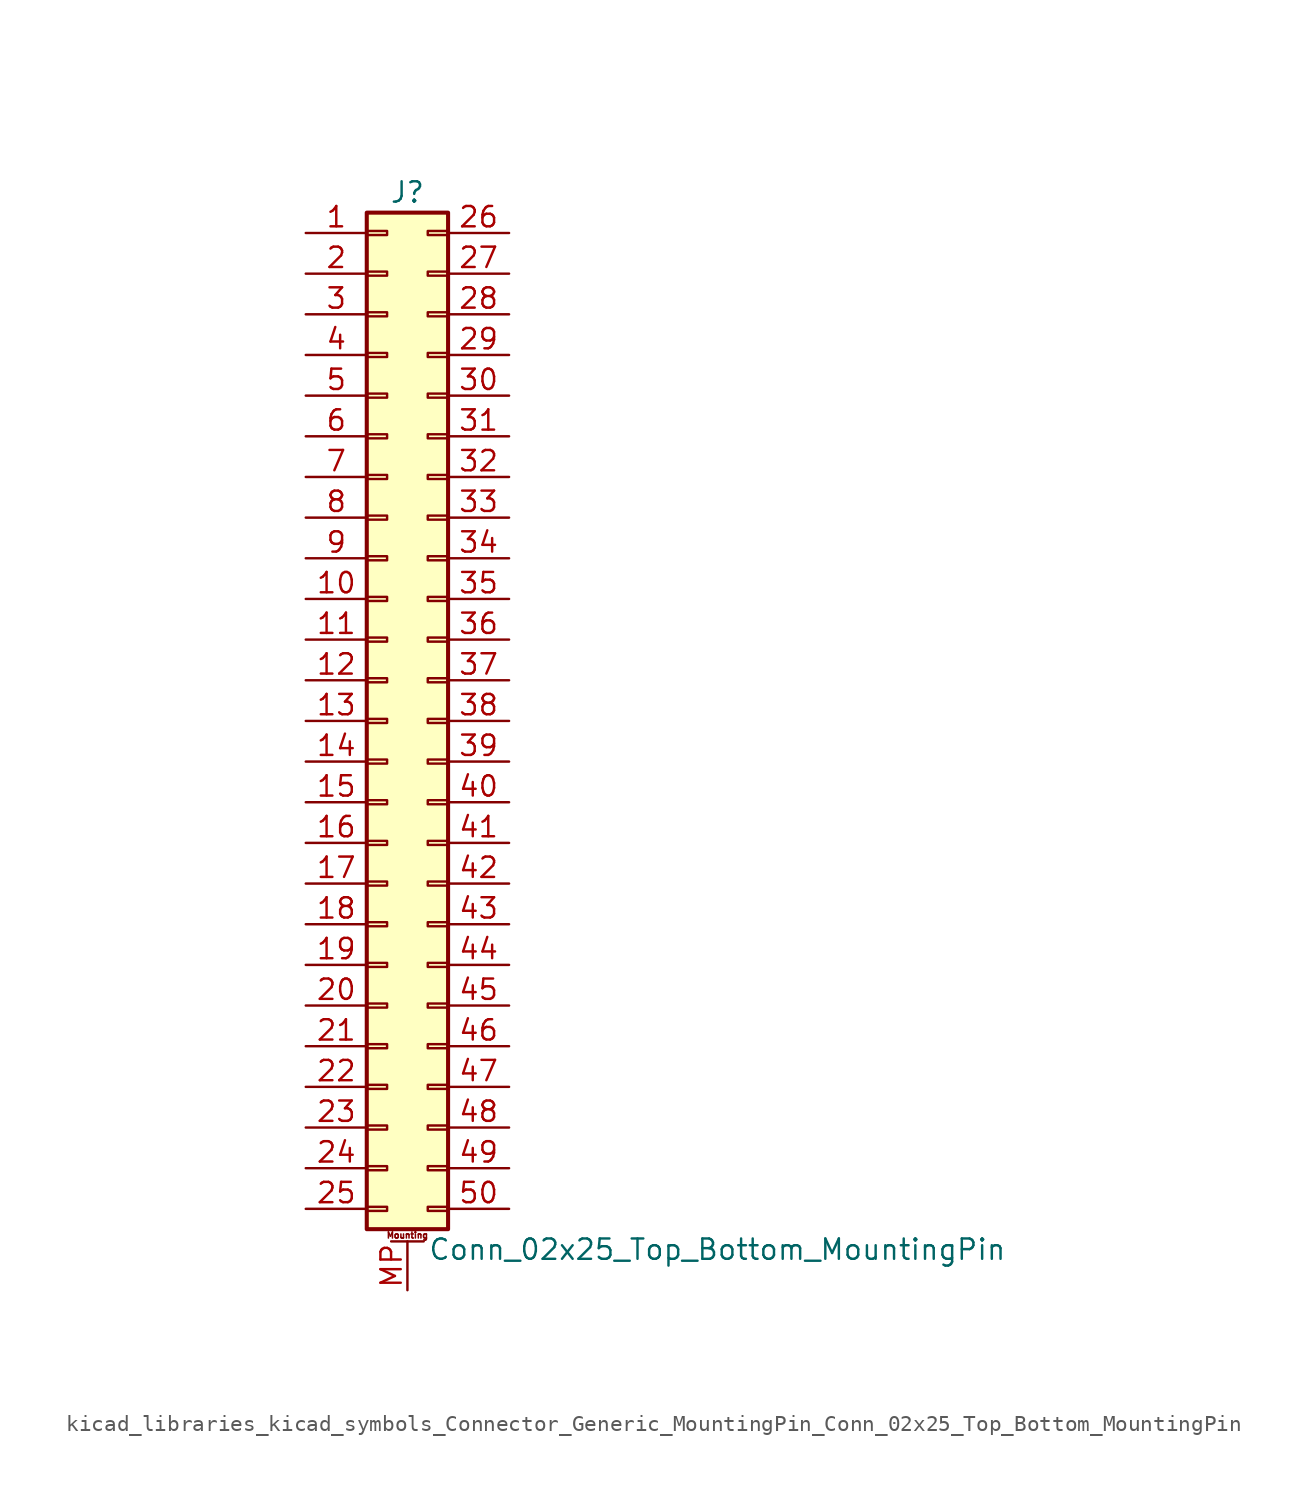
<source format=kicad_sym>
(kicad_symbol_lib
  (version 20220914)
  (generator kicad_symbol_editor)
  (symbol "kicad_libraries_kicad_symbols_Connector_Generic_MountingPin_Conn_02x25_Top_Bottom_MountingPin"
    (pin_names
      (offset 1.016) hide)
    (property "Reference" "J"
      (at 1.27 33.02 0)
      (effects (font (size 1.27 1.27))))
    (property "Value" "Conn_02x25_Top_Bottom_MountingPin"
      (at 2.54 -33.02 0)
      (effects (font (size 1.27 1.27)) (justify left)))
    (symbol "kicad_libraries_kicad_symbols_Connector_Generic_MountingPin_Conn_02x25_Top_Bottom_MountingPin_1_1"
      (rectangle (start -1.27 -30.353) (end 0 -30.607) (stroke (width 0.152) (type default)) (fill (type none)))
      (rectangle (start -1.27 -27.813) (end 0 -28.067) (stroke (width 0.152) (type default)) (fill (type none)))
      (rectangle (start -1.27 -25.273) (end 0 -25.527) (stroke (width 0.152) (type default)) (fill (type none)))
      (rectangle (start -1.27 -22.733) (end 0 -22.987) (stroke (width 0.152) (type default)) (fill (type none)))
      (rectangle (start -1.27 -20.193) (end 0 -20.447) (stroke (width 0.152) (type default)) (fill (type none)))
      (rectangle (start -1.27 -17.653) (end 0 -17.907) (stroke (width 0.152) (type default)) (fill (type none)))
      (rectangle (start -1.27 -15.113) (end 0 -15.367) (stroke (width 0.152) (type default)) (fill (type none)))
      (rectangle (start -1.27 -12.573) (end 0 -12.827) (stroke (width 0.152) (type default)) (fill (type none)))
      (rectangle (start -1.27 -10.033) (end 0 -10.287) (stroke (width 0.152) (type default)) (fill (type none)))
      (rectangle (start -1.27 -7.493) (end 0 -7.747) (stroke (width 0.152) (type default)) (fill (type none)))
      (rectangle (start -1.27 -4.953) (end 0 -5.207) (stroke (width 0.152) (type default)) (fill (type none)))
      (rectangle (start -1.27 -2.413) (end 0 -2.667) (stroke (width 0.152) (type default)) (fill (type none)))
      (rectangle (start -1.27 0.127) (end 0 -0.127) (stroke (width 0.152) (type default)) (fill (type none)))
      (rectangle (start -1.27 2.667) (end 0 2.413) (stroke (width 0.152) (type default)) (fill (type none)))
      (rectangle (start -1.27 5.207) (end 0 4.953) (stroke (width 0.152) (type default)) (fill (type none)))
      (rectangle (start -1.27 7.747) (end 0 7.493) (stroke (width 0.152) (type default)) (fill (type none)))
      (rectangle (start -1.27 10.287) (end 0 10.033) (stroke (width 0.152) (type default)) (fill (type none)))
      (rectangle (start -1.27 12.827) (end 0 12.573) (stroke (width 0.152) (type default)) (fill (type none)))
      (rectangle (start -1.27 15.367) (end 0 15.113) (stroke (width 0.152) (type default)) (fill (type none)))
      (rectangle (start -1.27 17.907) (end 0 17.653) (stroke (width 0.152) (type default)) (fill (type none)))
      (rectangle (start -1.27 20.447) (end 0 20.193) (stroke (width 0.152) (type default)) (fill (type none)))
      (rectangle (start -1.27 22.987) (end 0 22.733) (stroke (width 0.152) (type default)) (fill (type none)))
      (rectangle (start -1.27 25.527) (end 0 25.273) (stroke (width 0.152) (type default)) (fill (type none)))
      (rectangle (start -1.27 28.067) (end 0 27.813) (stroke (width 0.152) (type default)) (fill (type none)))
      (rectangle (start -1.27 30.607) (end 0 30.353) (stroke (width 0.152) (type default)) (fill (type none)))
      (rectangle (start -1.27 31.75) (end 3.81 -31.75) (stroke (width 0.254) (type default)) (fill (type background)))
      (polyline (pts (xy 0.254 -32.512) (xy 2.286 -32.512)) (stroke (width 0.152) (type default)) (fill (type none)))
      (rectangle (start 3.81 -30.353) (end 2.54 -30.607) (stroke (width 0.152) (type default)) (fill (type none)))
      (rectangle (start 3.81 -27.813) (end 2.54 -28.067) (stroke (width 0.152) (type default)) (fill (type none)))
      (rectangle (start 3.81 -25.273) (end 2.54 -25.527) (stroke (width 0.152) (type default)) (fill (type none)))
      (rectangle (start 3.81 -22.733) (end 2.54 -22.987) (stroke (width 0.152) (type default)) (fill (type none)))
      (rectangle (start 3.81 -20.193) (end 2.54 -20.447) (stroke (width 0.152) (type default)) (fill (type none)))
      (rectangle (start 3.81 -17.653) (end 2.54 -17.907) (stroke (width 0.152) (type default)) (fill (type none)))
      (rectangle (start 3.81 -15.113) (end 2.54 -15.367) (stroke (width 0.152) (type default)) (fill (type none)))
      (rectangle (start 3.81 -12.573) (end 2.54 -12.827) (stroke (width 0.152) (type default)) (fill (type none)))
      (rectangle (start 3.81 -10.033) (end 2.54 -10.287) (stroke (width 0.152) (type default)) (fill (type none)))
      (rectangle (start 3.81 -7.493) (end 2.54 -7.747) (stroke (width 0.152) (type default)) (fill (type none)))
      (rectangle (start 3.81 -4.953) (end 2.54 -5.207) (stroke (width 0.152) (type default)) (fill (type none)))
      (rectangle (start 3.81 -2.413) (end 2.54 -2.667) (stroke (width 0.152) (type default)) (fill (type none)))
      (rectangle (start 3.81 0.127) (end 2.54 -0.127) (stroke (width 0.152) (type default)) (fill (type none)))
      (rectangle (start 3.81 2.667) (end 2.54 2.413) (stroke (width 0.152) (type default)) (fill (type none)))
      (rectangle (start 3.81 5.207) (end 2.54 4.953) (stroke (width 0.152) (type default)) (fill (type none)))
      (rectangle (start 3.81 7.747) (end 2.54 7.493) (stroke (width 0.152) (type default)) (fill (type none)))
      (rectangle (start 3.81 10.287) (end 2.54 10.033) (stroke (width 0.152) (type default)) (fill (type none)))
      (rectangle (start 3.81 12.827) (end 2.54 12.573) (stroke (width 0.152) (type default)) (fill (type none)))
      (rectangle (start 3.81 15.367) (end 2.54 15.113) (stroke (width 0.152) (type default)) (fill (type none)))
      (rectangle (start 3.81 17.907) (end 2.54 17.653) (stroke (width 0.152) (type default)) (fill (type none)))
      (rectangle (start 3.81 20.447) (end 2.54 20.193) (stroke (width 0.152) (type default)) (fill (type none)))
      (rectangle (start 3.81 22.987) (end 2.54 22.733) (stroke (width 0.152) (type default)) (fill (type none)))
      (rectangle (start 3.81 25.527) (end 2.54 25.273) (stroke (width 0.152) (type default)) (fill (type none)))
      (rectangle (start 3.81 28.067) (end 2.54 27.813) (stroke (width 0.152) (type default)) (fill (type none)))
      (rectangle (start 3.81 30.607) (end 2.54 30.353) (stroke (width 0.152) (type default)) (fill (type none)))
      (text "Mounting" (at 1.27 -32.131 0) (effects (font (size 0.381 0.381))))
      (pin passive line (at -5.08 30.48 0) (length 3.81) (name "Pin_1" (effects (font (size 1.27 1.27)))) (number "1" (effects (font (size 1.27 1.27)))))
      (pin passive line (at -5.08 7.62 0) (length 3.81) (name "Pin_10" (effects (font (size 1.27 1.27)))) (number "10" (effects (font (size 1.27 1.27)))))
      (pin passive line (at -5.08 5.08 0) (length 3.81) (name "Pin_11" (effects (font (size 1.27 1.27)))) (number "11" (effects (font (size 1.27 1.27)))))
      (pin passive line (at -5.08 2.54 0) (length 3.81) (name "Pin_12" (effects (font (size 1.27 1.27)))) (number "12" (effects (font (size 1.27 1.27)))))
      (pin passive line (at -5.08 0 0) (length 3.81) (name "Pin_13" (effects (font (size 1.27 1.27)))) (number "13" (effects (font (size 1.27 1.27)))))
      (pin passive line (at -5.08 -2.54 0) (length 3.81) (name "Pin_14" (effects (font (size 1.27 1.27)))) (number "14" (effects (font (size 1.27 1.27)))))
      (pin passive line (at -5.08 -5.08 0) (length 3.81) (name "Pin_15" (effects (font (size 1.27 1.27)))) (number "15" (effects (font (size 1.27 1.27)))))
      (pin passive line (at -5.08 -7.62 0) (length 3.81) (name "Pin_16" (effects (font (size 1.27 1.27)))) (number "16" (effects (font (size 1.27 1.27)))))
      (pin passive line (at -5.08 -10.16 0) (length 3.81) (name "Pin_17" (effects (font (size 1.27 1.27)))) (number "17" (effects (font (size 1.27 1.27)))))
      (pin passive line (at -5.08 -12.7 0) (length 3.81) (name "Pin_18" (effects (font (size 1.27 1.27)))) (number "18" (effects (font (size 1.27 1.27)))))
      (pin passive line (at -5.08 -15.24 0) (length 3.81) (name "Pin_19" (effects (font (size 1.27 1.27)))) (number "19" (effects (font (size 1.27 1.27)))))
      (pin passive line (at -5.08 27.94 0) (length 3.81) (name "Pin_2" (effects (font (size 1.27 1.27)))) (number "2" (effects (font (size 1.27 1.27)))))
      (pin passive line (at -5.08 -17.78 0) (length 3.81) (name "Pin_20" (effects (font (size 1.27 1.27)))) (number "20" (effects (font (size 1.27 1.27)))))
      (pin passive line (at -5.08 -20.32 0) (length 3.81) (name "Pin_21" (effects (font (size 1.27 1.27)))) (number "21" (effects (font (size 1.27 1.27)))))
      (pin passive line (at -5.08 -22.86 0) (length 3.81) (name "Pin_22" (effects (font (size 1.27 1.27)))) (number "22" (effects (font (size 1.27 1.27)))))
      (pin passive line (at -5.08 -25.4 0) (length 3.81) (name "Pin_23" (effects (font (size 1.27 1.27)))) (number "23" (effects (font (size 1.27 1.27)))))
      (pin passive line (at -5.08 -27.94 0) (length 3.81) (name "Pin_24" (effects (font (size 1.27 1.27)))) (number "24" (effects (font (size 1.27 1.27)))))
      (pin passive line (at -5.08 -30.48 0) (length 3.81) (name "Pin_25" (effects (font (size 1.27 1.27)))) (number "25" (effects (font (size 1.27 1.27)))))
      (pin passive line (at 7.62 30.48 180) (length 3.81) (name "Pin_26" (effects (font (size 1.27 1.27)))) (number "26" (effects (font (size 1.27 1.27)))))
      (pin passive line (at 7.62 27.94 180) (length 3.81) (name "Pin_27" (effects (font (size 1.27 1.27)))) (number "27" (effects (font (size 1.27 1.27)))))
      (pin passive line (at 7.62 25.4 180) (length 3.81) (name "Pin_28" (effects (font (size 1.27 1.27)))) (number "28" (effects (font (size 1.27 1.27)))))
      (pin passive line (at 7.62 22.86 180) (length 3.81) (name "Pin_29" (effects (font (size 1.27 1.27)))) (number "29" (effects (font (size 1.27 1.27)))))
      (pin passive line (at -5.08 25.4 0) (length 3.81) (name "Pin_3" (effects (font (size 1.27 1.27)))) (number "3" (effects (font (size 1.27 1.27)))))
      (pin passive line (at 7.62 20.32 180) (length 3.81) (name "Pin_30" (effects (font (size 1.27 1.27)))) (number "30" (effects (font (size 1.27 1.27)))))
      (pin passive line (at 7.62 17.78 180) (length 3.81) (name "Pin_31" (effects (font (size 1.27 1.27)))) (number "31" (effects (font (size 1.27 1.27)))))
      (pin passive line (at 7.62 15.24 180) (length 3.81) (name "Pin_32" (effects (font (size 1.27 1.27)))) (number "32" (effects (font (size 1.27 1.27)))))
      (pin passive line (at 7.62 12.7 180) (length 3.81) (name "Pin_33" (effects (font (size 1.27 1.27)))) (number "33" (effects (font (size 1.27 1.27)))))
      (pin passive line (at 7.62 10.16 180) (length 3.81) (name "Pin_34" (effects (font (size 1.27 1.27)))) (number "34" (effects (font (size 1.27 1.27)))))
      (pin passive line (at 7.62 7.62 180) (length 3.81) (name "Pin_35" (effects (font (size 1.27 1.27)))) (number "35" (effects (font (size 1.27 1.27)))))
      (pin passive line (at 7.62 5.08 180) (length 3.81) (name "Pin_36" (effects (font (size 1.27 1.27)))) (number "36" (effects (font (size 1.27 1.27)))))
      (pin passive line (at 7.62 2.54 180) (length 3.81) (name "Pin_37" (effects (font (size 1.27 1.27)))) (number "37" (effects (font (size 1.27 1.27)))))
      (pin passive line (at 7.62 0 180) (length 3.81) (name "Pin_38" (effects (font (size 1.27 1.27)))) (number "38" (effects (font (size 1.27 1.27)))))
      (pin passive line (at 7.62 -2.54 180) (length 3.81) (name "Pin_39" (effects (font (size 1.27 1.27)))) (number "39" (effects (font (size 1.27 1.27)))))
      (pin passive line (at -5.08 22.86 0) (length 3.81) (name "Pin_4" (effects (font (size 1.27 1.27)))) (number "4" (effects (font (size 1.27 1.27)))))
      (pin passive line (at 7.62 -5.08 180) (length 3.81) (name "Pin_40" (effects (font (size 1.27 1.27)))) (number "40" (effects (font (size 1.27 1.27)))))
      (pin passive line (at 7.62 -7.62 180) (length 3.81) (name "Pin_41" (effects (font (size 1.27 1.27)))) (number "41" (effects (font (size 1.27 1.27)))))
      (pin passive line (at 7.62 -10.16 180) (length 3.81) (name "Pin_42" (effects (font (size 1.27 1.27)))) (number "42" (effects (font (size 1.27 1.27)))))
      (pin passive line (at 7.62 -12.7 180) (length 3.81) (name "Pin_43" (effects (font (size 1.27 1.27)))) (number "43" (effects (font (size 1.27 1.27)))))
      (pin passive line (at 7.62 -15.24 180) (length 3.81) (name "Pin_44" (effects (font (size 1.27 1.27)))) (number "44" (effects (font (size 1.27 1.27)))))
      (pin passive line (at 7.62 -17.78 180) (length 3.81) (name "Pin_45" (effects (font (size 1.27 1.27)))) (number "45" (effects (font (size 1.27 1.27)))))
      (pin passive line (at 7.62 -20.32 180) (length 3.81) (name "Pin_46" (effects (font (size 1.27 1.27)))) (number "46" (effects (font (size 1.27 1.27)))))
      (pin passive line (at 7.62 -22.86 180) (length 3.81) (name "Pin_47" (effects (font (size 1.27 1.27)))) (number "47" (effects (font (size 1.27 1.27)))))
      (pin passive line (at 7.62 -25.4 180) (length 3.81) (name "Pin_48" (effects (font (size 1.27 1.27)))) (number "48" (effects (font (size 1.27 1.27)))))
      (pin passive line (at 7.62 -27.94 180) (length 3.81) (name "Pin_49" (effects (font (size 1.27 1.27)))) (number "49" (effects (font (size 1.27 1.27)))))
      (pin passive line (at -5.08 20.32 0) (length 3.81) (name "Pin_5" (effects (font (size 1.27 1.27)))) (number "5" (effects (font (size 1.27 1.27)))))
      (pin passive line (at 7.62 -30.48 180) (length 3.81) (name "Pin_50" (effects (font (size 1.27 1.27)))) (number "50" (effects (font (size 1.27 1.27)))))
      (pin passive line (at -5.08 17.78 0) (length 3.81) (name "Pin_6" (effects (font (size 1.27 1.27)))) (number "6" (effects (font (size 1.27 1.27)))))
      (pin passive line (at -5.08 15.24 0) (length 3.81) (name "Pin_7" (effects (font (size 1.27 1.27)))) (number "7" (effects (font (size 1.27 1.27)))))
      (pin passive line (at -5.08 12.7 0) (length 3.81) (name "Pin_8" (effects (font (size 1.27 1.27)))) (number "8" (effects (font (size 1.27 1.27)))))
      (pin passive line (at -5.08 10.16 0) (length 3.81) (name "Pin_9" (effects (font (size 1.27 1.27)))) (number "9" (effects (font (size 1.27 1.27)))))
      (pin passive line (at 1.27 -35.56 90) (length 3.048) (name "MountPin" (effects (font (size 1.27 1.27)))) (number "MP" (effects (font (size 1.27 1.27))))))))
</source>
